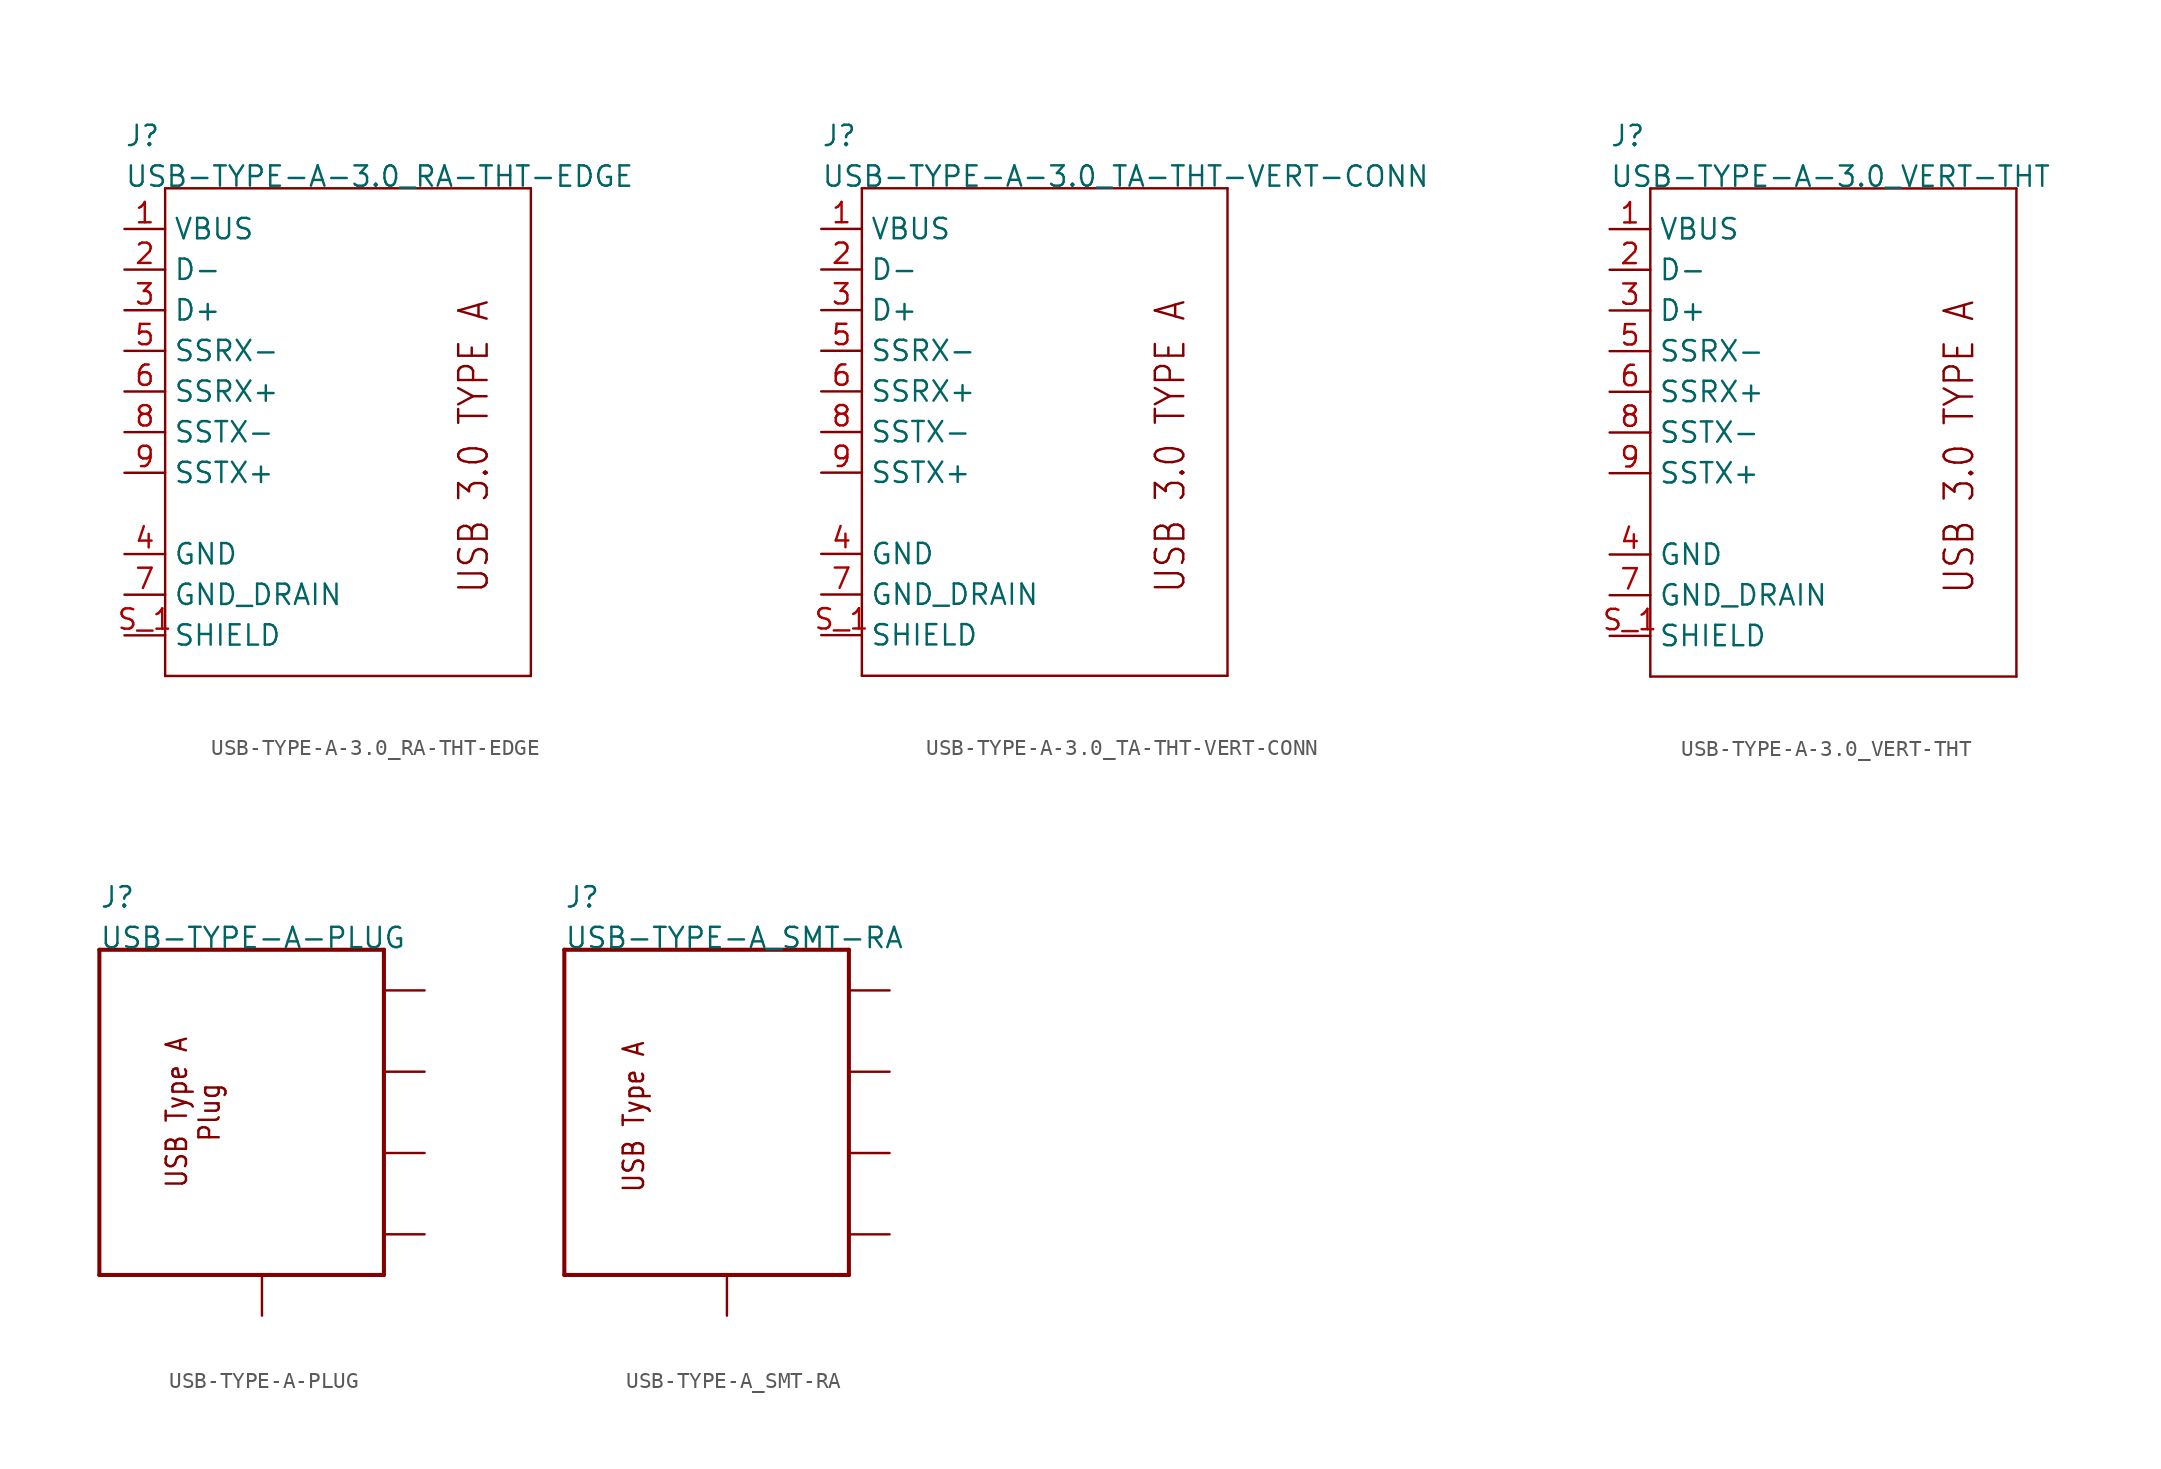
<source format=kicad_sym>
(kicad_symbol_lib
  (version 20211014)
  (generator kicad_symbol_editor)
  (symbol "USB-TYPE-A-3.0_RA-THT-EDGE"
    (pin_names)
    (property "Reference" "J"
      (at -15.24 17.78 0)
      (effects (font (size 1.27 1.27)) (justify left bottom)))
    (property "Value" "USB-TYPE-A-3.0_RA-THT-EDGE"
      (at -15.24 15.24 0)
      (effects (font (size 1.27 1.27)) (justify left bottom)))
    (property "Datasheet" ""
      (at 0 0 0))
    (property "ki_description" "USB 3.0 Type A    Technical Specifications:    USB: 3.0   Type: A     "
      (at 0 0 0))
    (property "ki_fp_filters" "FlashPCB_Connectors:USB-A-3.0-RA-THT-MOLEX-0483930003"
      (at 0 0 0))
    (symbol "USB-TYPE-A-3.0_RA-THT-EDGE_1_1"
      (text "USB 3.0 TYPE A" (at 7.62 -10.16 900) (effects (font (size 1.778 1.52)) (justify left bottom)))
      (polyline (pts (xy -12.7 15.24) (xy 10.16 15.24)) (stroke (width 0.152)) (fill (type none)))
      (polyline (pts (xy 10.16 15.24) (xy 10.16 -15.24)) (stroke (width 0.152)) (fill (type none)))
      (polyline (pts (xy 10.16 -15.24) (xy -12.7 -15.24)) (stroke (width 0.152)) (fill (type none)))
      (polyline (pts (xy -12.7 -15.24) (xy -12.7 15.24)) (stroke (width 0.152)) (fill (type none)))
      (pin bidirectional line (at -15.24 12.7 0) (length 2.54) (name "VBUS" (effects (font (size 1.27 1.27)))) (number "1" (effects (font (size 1.27 1.27)))))
      (pin bidirectional line (at -15.24 -2.54 0) (length 2.54) (name "SSTX+" (effects (font (size 1.27 1.27)))) (number "9" (effects (font (size 1.27 1.27)))))
      (pin bidirectional line (at -15.24 0 0) (length 2.54) (name "SSTX-" (effects (font (size 1.27 1.27)))) (number "8" (effects (font (size 1.27 1.27)))))
      (pin bidirectional line (at -15.24 -12.7 0) (length 2.54) (name "SHIELD" (effects (font (size 1.27 1.27)))) (number "S_1" (effects (font (size 1.27 1.27)))))
      (pin bidirectional line (at -15.24 -12.7 0) (length 2.54) hide (name "SHIELD" (effects (font (size 1.27 1.27)))) (number "S_2" (effects (font (size 1.27 1.27)))))
      (pin bidirectional line (at -15.24 -12.7 0) (length 2.54) hide (name "SHIELD" (effects (font (size 1.27 1.27)))) (number "S_3" (effects (font (size 1.27 1.27)))))
      (pin bidirectional line (at -15.24 -12.7 0) (length 2.54) hide (name "SHIELD" (effects (font (size 1.27 1.27)))) (number "S_4" (effects (font (size 1.27 1.27)))))
      (pin bidirectional line (at -15.24 -7.62 0) (length 2.54) (name "GND" (effects (font (size 1.27 1.27)))) (number "4" (effects (font (size 1.27 1.27)))))
      (pin bidirectional line (at -15.24 -10.16 0) (length 2.54) (name "GND_DRAIN" (effects (font (size 1.27 1.27)))) (number "7" (effects (font (size 1.27 1.27)))))
      (pin bidirectional line (at -15.24 2.54 0) (length 2.54) (name "SSRX+" (effects (font (size 1.27 1.27)))) (number "6" (effects (font (size 1.27 1.27)))))
      (pin bidirectional line (at -15.24 5.08 0) (length 2.54) (name "SSRX-" (effects (font (size 1.27 1.27)))) (number "5" (effects (font (size 1.27 1.27)))))
      (pin bidirectional line (at -15.24 10.16 0) (length 2.54) (name "D-" (effects (font (size 1.27 1.27)))) (number "2" (effects (font (size 1.27 1.27)))))
      (pin bidirectional line (at -15.24 7.62 0) (length 2.54) (name "D+" (effects (font (size 1.27 1.27)))) (number "3" (effects (font (size 1.27 1.27)))))))
  (symbol "USB-TYPE-A-3.0_TA-THT-VERT-CONN"
    (pin_names)
    (property "Reference" "J"
      (at -15.24 17.78 0)
      (effects (font (size 1.27 1.27)) (justify left bottom)))
    (property "Value" "USB-TYPE-A-3.0_TA-THT-VERT-CONN"
      (at -15.24 15.24 0)
      (effects (font (size 1.27 1.27)) (justify left bottom)))
    (property "Datasheet" ""
      (at 0 0 0))
    (property "ki_description" "USB 3.0 Type A    Technical Specifications:    USB: 3.0   Type: A     "
      (at 0 0 0))
    (property "ki_fp_filters" "FlashPCB_Connectors:USB-A-3.0-RA-THT-AMPH-GSB4116341HR"
      (at 0 0 0))
    (symbol "USB-TYPE-A-3.0_TA-THT-VERT-CONN_1_1"
      (text "USB 3.0 TYPE A" (at 7.62 -10.16 900) (effects (font (size 1.778 1.52)) (justify left bottom)))
      (polyline (pts (xy -12.7 15.24) (xy 10.16 15.24)) (stroke (width 0.152)) (fill (type none)))
      (polyline (pts (xy 10.16 15.24) (xy 10.16 -15.24)) (stroke (width 0.152)) (fill (type none)))
      (polyline (pts (xy 10.16 -15.24) (xy -12.7 -15.24)) (stroke (width 0.152)) (fill (type none)))
      (polyline (pts (xy -12.7 -15.24) (xy -12.7 15.24)) (stroke (width 0.152)) (fill (type none)))
      (pin bidirectional line (at -15.24 12.7 0) (length 2.54) (name "VBUS" (effects (font (size 1.27 1.27)))) (number "1" (effects (font (size 1.27 1.27)))))
      (pin bidirectional line (at -15.24 -2.54 0) (length 2.54) (name "SSTX+" (effects (font (size 1.27 1.27)))) (number "9" (effects (font (size 1.27 1.27)))))
      (pin bidirectional line (at -15.24 0 0) (length 2.54) (name "SSTX-" (effects (font (size 1.27 1.27)))) (number "8" (effects (font (size 1.27 1.27)))))
      (pin bidirectional line (at -15.24 -12.7 0) (length 2.54) (name "SHIELD" (effects (font (size 1.27 1.27)))) (number "S_1" (effects (font (size 1.27 1.27)))))
      (pin bidirectional line (at -15.24 -12.7 0) (length 2.54) hide (name "SHIELD" (effects (font (size 1.27 1.27)))) (number "S_2" (effects (font (size 1.27 1.27)))))
      (pin bidirectional line (at -15.24 -12.7 0) (length 2.54) hide (name "SHIELD" (effects (font (size 1.27 1.27)))) (number "S_3" (effects (font (size 1.27 1.27)))))
      (pin bidirectional line (at -15.24 -12.7 0) (length 2.54) hide (name "SHIELD" (effects (font (size 1.27 1.27)))) (number "S_4" (effects (font (size 1.27 1.27)))))
      (pin bidirectional line (at -15.24 -7.62 0) (length 2.54) (name "GND" (effects (font (size 1.27 1.27)))) (number "4" (effects (font (size 1.27 1.27)))))
      (pin bidirectional line (at -15.24 -10.16 0) (length 2.54) (name "GND_DRAIN" (effects (font (size 1.27 1.27)))) (number "7" (effects (font (size 1.27 1.27)))))
      (pin bidirectional line (at -15.24 2.54 0) (length 2.54) (name "SSRX+" (effects (font (size 1.27 1.27)))) (number "6" (effects (font (size 1.27 1.27)))))
      (pin bidirectional line (at -15.24 5.08 0) (length 2.54) (name "SSRX-" (effects (font (size 1.27 1.27)))) (number "5" (effects (font (size 1.27 1.27)))))
      (pin bidirectional line (at -15.24 10.16 0) (length 2.54) (name "D-" (effects (font (size 1.27 1.27)))) (number "2" (effects (font (size 1.27 1.27)))))
      (pin bidirectional line (at -15.24 7.62 0) (length 2.54) (name "D+" (effects (font (size 1.27 1.27)))) (number "3" (effects (font (size 1.27 1.27)))))))
  (symbol "USB-TYPE-A-3.0_VERT-THT"
    (pin_names)
    (property "Reference" "J"
      (at -15.24 17.78 0)
      (effects (font (size 1.27 1.27)) (justify left bottom)))
    (property "Value" "USB-TYPE-A-3.0_VERT-THT"
      (at -15.24 15.24 0)
      (effects (font (size 1.27 1.27)) (justify left bottom)))
    (property "Datasheet" ""
      (at 0 0 0))
    (property "ki_description" "USB 3.0 Type A    Technical Specifications:    USB: 3.0   Type: A     "
      (at 0 0 0))
    (property "ki_fp_filters" "FlashPCB_Connectors:USB-A-3.0-VERT-THT-MOLEX-0484080003"
      (at 0 0 0))
    (symbol "USB-TYPE-A-3.0_VERT-THT_1_1"
      (text "USB 3.0 TYPE A" (at 7.62 -10.16 900) (effects (font (size 1.778 1.52)) (justify left bottom)))
      (polyline (pts (xy -12.7 15.24) (xy 10.16 15.24)) (stroke (width 0.152)) (fill (type none)))
      (polyline (pts (xy 10.16 15.24) (xy 10.16 -15.24)) (stroke (width 0.152)) (fill (type none)))
      (polyline (pts (xy 10.16 -15.24) (xy -12.7 -15.24)) (stroke (width 0.152)) (fill (type none)))
      (polyline (pts (xy -12.7 -15.24) (xy -12.7 15.24)) (stroke (width 0.152)) (fill (type none)))
      (pin bidirectional line (at -15.24 12.7 0) (length 2.54) (name "VBUS" (effects (font (size 1.27 1.27)))) (number "1" (effects (font (size 1.27 1.27)))))
      (pin bidirectional line (at -15.24 -2.54 0) (length 2.54) (name "SSTX+" (effects (font (size 1.27 1.27)))) (number "9" (effects (font (size 1.27 1.27)))))
      (pin bidirectional line (at -15.24 0 0) (length 2.54) (name "SSTX-" (effects (font (size 1.27 1.27)))) (number "8" (effects (font (size 1.27 1.27)))))
      (pin bidirectional line (at -15.24 -12.7 0) (length 2.54) (name "SHIELD" (effects (font (size 1.27 1.27)))) (number "S_1" (effects (font (size 1.27 1.27)))))
      (pin bidirectional line (at -15.24 -12.7 0) (length 2.54) hide (name "SHIELD" (effects (font (size 1.27 1.27)))) (number "S_2" (effects (font (size 1.27 1.27)))))
      (pin bidirectional line (at -15.24 -7.62 0) (length 2.54) (name "GND" (effects (font (size 1.27 1.27)))) (number "4" (effects (font (size 1.27 1.27)))))
      (pin bidirectional line (at -15.24 -10.16 0) (length 2.54) (name "GND_DRAIN" (effects (font (size 1.27 1.27)))) (number "7" (effects (font (size 1.27 1.27)))))
      (pin bidirectional line (at -15.24 2.54 0) (length 2.54) (name "SSRX+" (effects (font (size 1.27 1.27)))) (number "6" (effects (font (size 1.27 1.27)))))
      (pin bidirectional line (at -15.24 5.08 0) (length 2.54) (name "SSRX-" (effects (font (size 1.27 1.27)))) (number "5" (effects (font (size 1.27 1.27)))))
      (pin bidirectional line (at -15.24 10.16 0) (length 2.54) (name "D-" (effects (font (size 1.27 1.27)))) (number "2" (effects (font (size 1.27 1.27)))))
      (pin bidirectional line (at -15.24 7.62 0) (length 2.54) (name "D+" (effects (font (size 1.27 1.27)))) (number "3" (effects (font (size 1.27 1.27)))))))
  (symbol "USB-TYPE-A-PLUG"
    (pin_names hide)
    (property "Reference" "J"
      (at -12.7 12.7 0)
      (effects (font (size 1.27 1.27)) (justify left bottom)))
    (property "Value" "USB-TYPE-A-PLUG"
      (at -12.7 10.16 0)
      (effects (font (size 1.27 1.27)) (justify left bottom)))
    (property "Datasheet" ""
      (at 0 0 0))
    (property "ki_fp_filters" "FlashPCB_Connectors:USB-2.0-A-PLUG-THT-RA-MOLEX-0480370001 FlashPCB_Connectors:USB-2.0-A-PLUG-SMT-RA-MOLEX-0480372200"
      (at 0 0 0))
    (symbol "USB-TYPE-A-PLUG_1_1"
      (text "USB Type A\nPlug" (at -5.08 0 900) (effects (font (size 1.27 1.086)) (justify bottom)))
      (polyline (pts (xy 5.08 10.16) (xy -12.7 10.16)) (stroke (width 0.254)) (fill (type none)))
      (polyline (pts (xy -12.7 10.16) (xy -12.7 -10.16)) (stroke (width 0.254)) (fill (type none)))
      (polyline (pts (xy -12.7 -10.16) (xy 5.08 -10.16)) (stroke (width 0.254)) (fill (type none)))
      (polyline (pts (xy 5.08 -10.16) (xy 5.08 10.16)) (stroke (width 0.254)) (fill (type none)))
      (pin power_in line (at 7.62 7.62 180) (length 2.54) (name "VCC" (effects (font (size 1.27 1.27)))) (number "1" (effects (font (size 0 0)))))
      (pin bidirectional line (at 7.62 2.54 180) (length 2.54) (name "D-" (effects (font (size 1.27 1.27)))) (number "2" (effects (font (size 0 0)))))
      (pin bidirectional line (at 7.62 -2.54 180) (length 2.54) (name "D+" (effects (font (size 1.27 1.27)))) (number "3" (effects (font (size 0 0)))))
      (pin power_in line (at 7.62 -7.62 180) (length 2.54) (name "GND" (effects (font (size 1.27 1.27)))) (number "4" (effects (font (size 0 0)))))
      (pin bidirectional line (at -2.54 -12.7 90) (length 2.54) (name "SHELL" (effects (font (size 1.27 1.27)))) (number "S_1" (effects (font (size 0 0)))))
      (pin bidirectional line (at -2.54 -12.7 90) (length 2.54) hide (name "SHELL" (effects (font (size 1.27 1.27)))) (number "S_2" (effects (font (size 0 0)))))))
  (symbol "USB-TYPE-A_SMT-RA"
    (pin_names hide)
    (property "Reference" "J"
      (at -12.7 12.7 0)
      (effects (font (size 1.27 1.27)) (justify left bottom)))
    (property "Value" "USB-TYPE-A_SMT-RA"
      (at -12.7 10.16 0)
      (effects (font (size 1.27 1.27)) (justify left bottom)))
    (property "Datasheet" ""
      (at 0 0 0))
    (property "ki_fp_filters" "FlashPCB_Connectors:USB-2.0-A-SMT-RA-AMPH-87583-3010RPALF"
      (at 0 0 0))
    (symbol "USB-TYPE-A_SMT-RA_1_1"
      (text "USB Type A" (at -7.62 -5.08 900) (effects (font (size 1.27 1.086)) (justify left bottom)))
      (polyline (pts (xy 5.08 10.16) (xy -12.7 10.16)) (stroke (width 0.254)) (fill (type none)))
      (polyline (pts (xy -12.7 10.16) (xy -12.7 -10.16)) (stroke (width 0.254)) (fill (type none)))
      (polyline (pts (xy -12.7 -10.16) (xy 5.08 -10.16)) (stroke (width 0.254)) (fill (type none)))
      (polyline (pts (xy 5.08 -10.16) (xy 5.08 10.16)) (stroke (width 0.254)) (fill (type none)))
      (pin power_in line (at 7.62 7.62 180) (length 2.54) (name "VCC" (effects (font (size 1.27 1.27)))) (number "1" (effects (font (size 0 0)))))
      (pin bidirectional line (at 7.62 2.54 180) (length 2.54) (name "D-" (effects (font (size 1.27 1.27)))) (number "2" (effects (font (size 0 0)))))
      (pin bidirectional line (at 7.62 -2.54 180) (length 2.54) (name "D+" (effects (font (size 1.27 1.27)))) (number "3" (effects (font (size 0 0)))))
      (pin power_in line (at 7.62 -7.62 180) (length 2.54) (name "GND" (effects (font (size 1.27 1.27)))) (number "4" (effects (font (size 0 0)))))
      (pin bidirectional line (at -2.54 -12.7 90) (length 2.54) (name "SHELL" (effects (font (size 1.27 1.27)))) (number "S_1" (effects (font (size 0 0)))))
      (pin bidirectional line (at -2.54 -12.7 90) (length 2.54) hide (name "SHELL" (effects (font (size 1.27 1.27)))) (number "S_2" (effects (font (size 0 0))))))))
</source>
